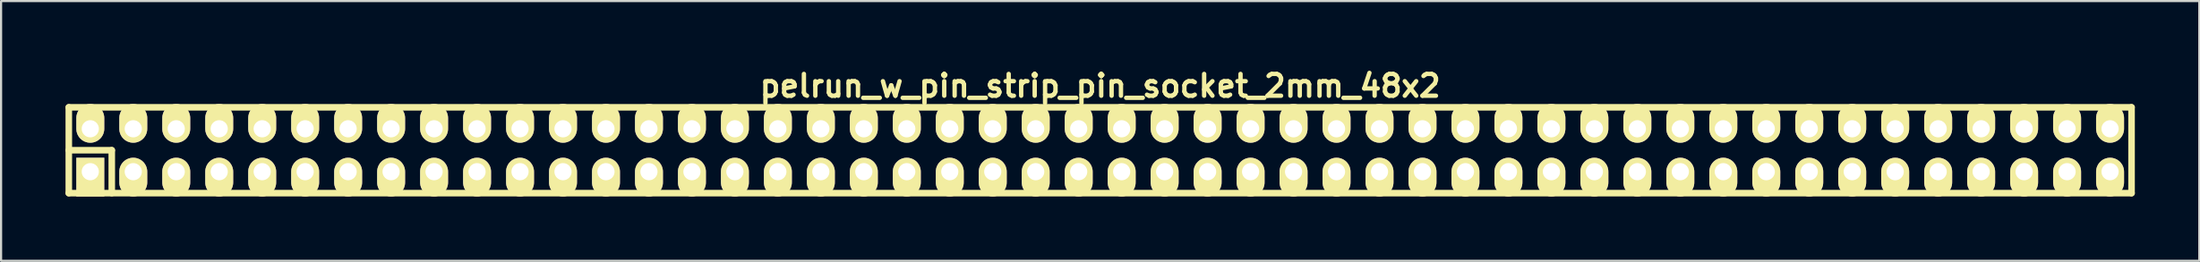
<source format=kicad_pcb>
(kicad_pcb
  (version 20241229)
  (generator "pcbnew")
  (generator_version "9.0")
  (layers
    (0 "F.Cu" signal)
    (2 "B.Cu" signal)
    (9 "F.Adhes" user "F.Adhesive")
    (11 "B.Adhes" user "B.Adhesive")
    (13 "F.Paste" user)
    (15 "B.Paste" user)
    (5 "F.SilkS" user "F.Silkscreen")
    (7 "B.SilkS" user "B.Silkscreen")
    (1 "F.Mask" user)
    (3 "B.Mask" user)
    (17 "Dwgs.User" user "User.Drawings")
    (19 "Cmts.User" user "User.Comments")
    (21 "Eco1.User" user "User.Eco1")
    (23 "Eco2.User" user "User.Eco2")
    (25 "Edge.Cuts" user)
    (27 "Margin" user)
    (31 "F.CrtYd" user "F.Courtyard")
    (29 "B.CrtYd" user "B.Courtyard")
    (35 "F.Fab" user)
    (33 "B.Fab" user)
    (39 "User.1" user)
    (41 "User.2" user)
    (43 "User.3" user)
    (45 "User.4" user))
  (footprint "pelrun_w_pin_strip_pin_socket_2mm_48x2"
    (layer "F.Cu")
    (at 48.152 3.951)
    (property "Reference" "pelrun_w_pin_strip_pin_socket_2mm_48x2" (at 0 -3 0) (layer "F.SilkS") (effects (font (size 1.016 1.016) (thickness 0.203))))
    (attr through_hole)
    (fp_line (start -48 -2) (end 48 -2) (stroke (width 0.305) (type solid)) (layer "F.SilkS"))
    (fp_line (start -48 0) (end -46 0) (stroke (width 0.305) (type solid)) (layer "F.SilkS"))
    (fp_line (start -48 2) (end -48 -2) (stroke (width 0.305) (type solid)) (layer "F.SilkS"))
    (fp_line (start -46 0) (end -46 2) (stroke (width 0.305) (type solid)) (layer "F.SilkS"))
    (fp_line (start 48 -2) (end 48 2) (stroke (width 0.305) (type solid)) (layer "F.SilkS"))
    (fp_line (start 48 2) (end -48 2) (stroke (width 0.305) (type solid)) (layer "F.SilkS"))
    (pad "1" thru_hole rect (at -47 1) (size 1.3 1.8) (drill 0.8 (offset 0 0.25)) (layers "*.Cu" "*.Mask" "F.SilkS"))
    (pad "2" thru_hole oval (at -47 -1) (size 1.3 1.8) (drill 0.8 (offset 0 -0.25)) (layers "*.Cu" "*.Mask" "F.SilkS"))
    (pad "3" thru_hole oval (at -45 1) (size 1.3 1.8) (drill 0.8 (offset 0 0.25)) (layers "*.Cu" "*.Mask" "F.SilkS"))
    (pad "4" thru_hole oval (at -45 -1) (size 1.3 1.8) (drill 0.8 (offset 0 -0.25)) (layers "*.Cu" "*.Mask" "F.SilkS"))
    (pad "5" thru_hole oval (at -43 1) (size 1.3 1.8) (drill 0.8 (offset 0 0.25)) (layers "*.Cu" "*.Mask" "F.SilkS"))
    (pad "6" thru_hole oval (at -43 -1) (size 1.3 1.8) (drill 0.8 (offset 0 -0.25)) (layers "*.Cu" "*.Mask" "F.SilkS"))
    (pad "7" thru_hole oval (at -41 1) (size 1.3 1.8) (drill 0.8 (offset 0 0.25)) (layers "*.Cu" "*.Mask" "F.SilkS"))
    (pad "8" thru_hole oval (at -41 -1) (size 1.3 1.8) (drill 0.8 (offset 0 -0.25)) (layers "*.Cu" "*.Mask" "F.SilkS"))
    (pad "9" thru_hole oval (at -39 1) (size 1.3 1.8) (drill 0.8 (offset 0 0.25)) (layers "*.Cu" "*.Mask" "F.SilkS"))
    (pad "10" thru_hole oval (at -39 -1) (size 1.3 1.8) (drill 0.8 (offset 0 -0.25)) (layers "*.Cu" "*.Mask" "F.SilkS"))
    (pad "11" thru_hole oval (at -37 1) (size 1.3 1.8) (drill 0.8 (offset 0 0.25)) (layers "*.Cu" "*.Mask" "F.SilkS"))
    (pad "12" thru_hole oval (at -37 -1) (size 1.3 1.8) (drill 0.8 (offset 0 -0.25)) (layers "*.Cu" "*.Mask" "F.SilkS"))
    (pad "13" thru_hole oval (at -35 1) (size 1.3 1.8) (drill 0.8 (offset 0 0.25)) (layers "*.Cu" "*.Mask" "F.SilkS"))
    (pad "14" thru_hole oval (at -35 -1) (size 1.3 1.8) (drill 0.8 (offset 0 -0.25)) (layers "*.Cu" "*.Mask" "F.SilkS"))
    (pad "15" thru_hole oval (at -33 1) (size 1.3 1.8) (drill 0.8 (offset 0 0.25)) (layers "*.Cu" "*.Mask" "F.SilkS"))
    (pad "16" thru_hole oval (at -33 -1) (size 1.3 1.8) (drill 0.8 (offset 0 -0.25)) (layers "*.Cu" "*.Mask" "F.SilkS"))
    (pad "17" thru_hole oval (at -31 1) (size 1.3 1.8) (drill 0.8 (offset 0 0.25)) (layers "*.Cu" "*.Mask" "F.SilkS"))
    (pad "18" thru_hole oval (at -31 -1) (size 1.3 1.8) (drill 0.8 (offset 0 -0.25)) (layers "*.Cu" "*.Mask" "F.SilkS"))
    (pad "19" thru_hole oval (at -29 1) (size 1.3 1.8) (drill 0.8 (offset 0 0.25)) (layers "*.Cu" "*.Mask" "F.SilkS"))
    (pad "20" thru_hole oval (at -29 -1) (size 1.3 1.8) (drill 0.8 (offset 0 -0.25)) (layers "*.Cu" "*.Mask" "F.SilkS"))
    (pad "21" thru_hole oval (at -27 1) (size 1.3 1.8) (drill 0.8 (offset 0 0.25)) (layers "*.Cu" "*.Mask" "F.SilkS"))
    (pad "22" thru_hole oval (at -27 -1) (size 1.3 1.8) (drill 0.8 (offset 0 -0.25)) (layers "*.Cu" "*.Mask" "F.SilkS"))
    (pad "23" thru_hole oval (at -25 1) (size 1.3 1.8) (drill 0.8 (offset 0 0.25)) (layers "*.Cu" "*.Mask" "F.SilkS"))
    (pad "24" thru_hole oval (at -25 -1) (size 1.3 1.8) (drill 0.8 (offset 0 -0.25)) (layers "*.Cu" "*.Mask" "F.SilkS"))
    (pad "25" thru_hole oval (at -23 1) (size 1.3 1.8) (drill 0.8 (offset 0 0.25)) (layers "*.Cu" "*.Mask" "F.SilkS"))
    (pad "26" thru_hole oval (at -23 -1) (size 1.3 1.8) (drill 0.8 (offset 0 -0.25)) (layers "*.Cu" "*.Mask" "F.SilkS"))
    (pad "27" thru_hole oval (at -21 1) (size 1.3 1.8) (drill 0.8 (offset 0 0.25)) (layers "*.Cu" "*.Mask" "F.SilkS"))
    (pad "28" thru_hole oval (at -21 -1) (size 1.3 1.8) (drill 0.8 (offset 0 -0.25)) (layers "*.Cu" "*.Mask" "F.SilkS"))
    (pad "29" thru_hole oval (at -19 1) (size 1.3 1.8) (drill 0.8 (offset 0 0.25)) (layers "*.Cu" "*.Mask" "F.SilkS"))
    (pad "30" thru_hole oval (at -19 -1) (size 1.3 1.8) (drill 0.8 (offset 0 -0.25)) (layers "*.Cu" "*.Mask" "F.SilkS"))
    (pad "31" thru_hole oval (at -17 1) (size 1.3 1.8) (drill 0.8 (offset 0 0.25)) (layers "*.Cu" "*.Mask" "F.SilkS"))
    (pad "32" thru_hole oval (at -17 -1) (size 1.3 1.8) (drill 0.8 (offset 0 -0.25)) (layers "*.Cu" "*.Mask" "F.SilkS"))
    (pad "33" thru_hole oval (at -15 1) (size 1.3 1.8) (drill 0.8 (offset 0 0.25)) (layers "*.Cu" "*.Mask" "F.SilkS"))
    (pad "34" thru_hole oval (at -15 -1) (size 1.3 1.8) (drill 0.8 (offset 0 -0.25)) (layers "*.Cu" "*.Mask" "F.SilkS"))
    (pad "35" thru_hole oval (at -13 1) (size 1.3 1.8) (drill 0.8 (offset 0 0.25)) (layers "*.Cu" "*.Mask" "F.SilkS"))
    (pad "36" thru_hole oval (at -13 -1) (size 1.3 1.8) (drill 0.8 (offset 0 -0.25)) (layers "*.Cu" "*.Mask" "F.SilkS"))
    (pad "37" thru_hole oval (at -11 1) (size 1.3 1.8) (drill 0.8 (offset 0 0.25)) (layers "*.Cu" "*.Mask" "F.SilkS"))
    (pad "38" thru_hole oval (at -11 -1) (size 1.3 1.8) (drill 0.8 (offset 0 -0.25)) (layers "*.Cu" "*.Mask" "F.SilkS"))
    (pad "39" thru_hole oval (at -9 1) (size 1.3 1.8) (drill 0.8 (offset 0 0.25)) (layers "*.Cu" "*.Mask" "F.SilkS"))
    (pad "40" thru_hole oval (at -9 -1) (size 1.3 1.8) (drill 0.8 (offset 0 -0.25)) (layers "*.Cu" "*.Mask" "F.SilkS"))
    (pad "41" thru_hole oval (at -7 1) (size 1.3 1.8) (drill 0.8 (offset 0 0.25)) (layers "*.Cu" "*.Mask" "F.SilkS"))
    (pad "42" thru_hole oval (at -7 -1) (size 1.3 1.8) (drill 0.8 (offset 0 -0.25)) (layers "*.Cu" "*.Mask" "F.SilkS"))
    (pad "43" thru_hole oval (at -5 1) (size 1.3 1.8) (drill 0.8 (offset 0 0.25)) (layers "*.Cu" "*.Mask" "F.SilkS"))
    (pad "44" thru_hole oval (at -5 -1) (size 1.3 1.8) (drill 0.8 (offset 0 -0.25)) (layers "*.Cu" "*.Mask" "F.SilkS"))
    (pad "45" thru_hole oval (at -3 1) (size 1.3 1.8) (drill 0.8 (offset 0 0.25)) (layers "*.Cu" "*.Mask" "F.SilkS"))
    (pad "46" thru_hole oval (at -3 -1) (size 1.3 1.8) (drill 0.8 (offset 0 -0.25)) (layers "*.Cu" "*.Mask" "F.SilkS"))
    (pad "47" thru_hole oval (at -1 1) (size 1.3 1.8) (drill 0.8 (offset 0 0.25)) (layers "*.Cu" "*.Mask" "F.SilkS"))
    (pad "48" thru_hole oval (at -1 -1) (size 1.3 1.8) (drill 0.8 (offset 0 -0.25)) (layers "*.Cu" "*.Mask" "F.SilkS"))
    (pad "49" thru_hole oval (at 1 1) (size 1.3 1.8) (drill 0.8 (offset 0 0.25)) (layers "*.Cu" "*.Mask" "F.SilkS"))
    (pad "50" thru_hole oval (at 1 -1) (size 1.3 1.8) (drill 0.8 (offset 0 -0.25)) (layers "*.Cu" "*.Mask" "F.SilkS"))
    (pad "51" thru_hole oval (at 3 1) (size 1.3 1.8) (drill 0.8 (offset 0 0.25)) (layers "*.Cu" "*.Mask" "F.SilkS"))
    (pad "52" thru_hole oval (at 3 -1) (size 1.3 1.8) (drill 0.8 (offset 0 -0.25)) (layers "*.Cu" "*.Mask" "F.SilkS"))
    (pad "53" thru_hole oval (at 5 1) (size 1.3 1.8) (drill 0.8 (offset 0 0.25)) (layers "*.Cu" "*.Mask" "F.SilkS"))
    (pad "54" thru_hole oval (at 5 -1) (size 1.3 1.8) (drill 0.8 (offset 0 -0.25)) (layers "*.Cu" "*.Mask" "F.SilkS"))
    (pad "55" thru_hole oval (at 7 1) (size 1.3 1.8) (drill 0.8 (offset 0 0.25)) (layers "*.Cu" "*.Mask" "F.SilkS"))
    (pad "56" thru_hole oval (at 7 -1) (size 1.3 1.8) (drill 0.8 (offset 0 -0.25)) (layers "*.Cu" "*.Mask" "F.SilkS"))
    (pad "57" thru_hole oval (at 9 1) (size 1.3 1.8) (drill 0.8 (offset 0 0.25)) (layers "*.Cu" "*.Mask" "F.SilkS"))
    (pad "58" thru_hole oval (at 9 -1) (size 1.3 1.8) (drill 0.8 (offset 0 -0.25)) (layers "*.Cu" "*.Mask" "F.SilkS"))
    (pad "59" thru_hole oval (at 11 1) (size 1.3 1.8) (drill 0.8 (offset 0 0.25)) (layers "*.Cu" "*.Mask" "F.SilkS"))
    (pad "60" thru_hole oval (at 11 -1) (size 1.3 1.8) (drill 0.8 (offset 0 -0.25)) (layers "*.Cu" "*.Mask" "F.SilkS"))
    (pad "61" thru_hole oval (at 13 1) (size 1.3 1.8) (drill 0.8 (offset 0 0.25)) (layers "*.Cu" "*.Mask" "F.SilkS"))
    (pad "62" thru_hole oval (at 13 -1) (size 1.3 1.8) (drill 0.8 (offset 0 -0.25)) (layers "*.Cu" "*.Mask" "F.SilkS"))
    (pad "63" thru_hole oval (at 15 1) (size 1.3 1.8) (drill 0.8 (offset 0 0.25)) (layers "*.Cu" "*.Mask" "F.SilkS"))
    (pad "64" thru_hole oval (at 15 -1) (size 1.3 1.8) (drill 0.8 (offset 0 -0.25)) (layers "*.Cu" "*.Mask" "F.SilkS"))
    (pad "65" thru_hole oval (at 17 1) (size 1.3 1.8) (drill 0.8 (offset 0 0.25)) (layers "*.Cu" "*.Mask" "F.SilkS"))
    (pad "66" thru_hole oval (at 17 -1) (size 1.3 1.8) (drill 0.8 (offset 0 -0.25)) (layers "*.Cu" "*.Mask" "F.SilkS"))
    (pad "67" thru_hole oval (at 19 1) (size 1.3 1.8) (drill 0.8 (offset 0 0.25)) (layers "*.Cu" "*.Mask" "F.SilkS"))
    (pad "68" thru_hole oval (at 19 -1) (size 1.3 1.8) (drill 0.8 (offset 0 -0.25)) (layers "*.Cu" "*.Mask" "F.SilkS"))
    (pad "69" thru_hole oval (at 21 1) (size 1.3 1.8) (drill 0.8 (offset 0 0.25)) (layers "*.Cu" "*.Mask" "F.SilkS"))
    (pad "70" thru_hole oval (at 21 -1) (size 1.3 1.8) (drill 0.8 (offset 0 -0.25)) (layers "*.Cu" "*.Mask" "F.SilkS"))
    (pad "71" thru_hole oval (at 23 1) (size 1.3 1.8) (drill 0.8 (offset 0 0.25)) (layers "*.Cu" "*.Mask" "F.SilkS"))
    (pad "72" thru_hole oval (at 23 -1) (size 1.3 1.8) (drill 0.8 (offset 0 -0.25)) (layers "*.Cu" "*.Mask" "F.SilkS"))
    (pad "73" thru_hole oval (at 25 1) (size 1.3 1.8) (drill 0.8 (offset 0 0.25)) (layers "*.Cu" "*.Mask" "F.SilkS"))
    (pad "74" thru_hole oval (at 25 -1) (size 1.3 1.8) (drill 0.8 (offset 0 -0.25)) (layers "*.Cu" "*.Mask" "F.SilkS"))
    (pad "75" thru_hole oval (at 27 1) (size 1.3 1.8) (drill 0.8 (offset 0 0.25)) (layers "*.Cu" "*.Mask" "F.SilkS"))
    (pad "76" thru_hole oval (at 27 -1) (size 1.3 1.8) (drill 0.8 (offset 0 -0.25)) (layers "*.Cu" "*.Mask" "F.SilkS"))
    (pad "77" thru_hole oval (at 29 1) (size 1.3 1.8) (drill 0.8 (offset 0 0.25)) (layers "*.Cu" "*.Mask" "F.SilkS"))
    (pad "78" thru_hole oval (at 29 -1) (size 1.3 1.8) (drill 0.8 (offset 0 -0.25)) (layers "*.Cu" "*.Mask" "F.SilkS"))
    (pad "79" thru_hole oval (at 31 1) (size 1.3 1.8) (drill 0.8 (offset 0 0.25)) (layers "*.Cu" "*.Mask" "F.SilkS"))
    (pad "80" thru_hole oval (at 31 -1) (size 1.3 1.8) (drill 0.8 (offset 0 -0.25)) (layers "*.Cu" "*.Mask" "F.SilkS"))
    (pad "81" thru_hole oval (at 33 1) (size 1.3 1.8) (drill 0.8 (offset 0 0.25)) (layers "*.Cu" "*.Mask" "F.SilkS"))
    (pad "82" thru_hole oval (at 33 -1) (size 1.3 1.8) (drill 0.8 (offset 0 -0.25)) (layers "*.Cu" "*.Mask" "F.SilkS"))
    (pad "83" thru_hole oval (at 35 1) (size 1.3 1.8) (drill 0.8 (offset 0 0.25)) (layers "*.Cu" "*.Mask" "F.SilkS"))
    (pad "84" thru_hole oval (at 35 -1) (size 1.3 1.8) (drill 0.8 (offset 0 -0.25)) (layers "*.Cu" "*.Mask" "F.SilkS"))
    (pad "85" thru_hole oval (at 37 1) (size 1.3 1.8) (drill 0.8 (offset 0 0.25)) (layers "*.Cu" "*.Mask" "F.SilkS"))
    (pad "86" thru_hole oval (at 37 -1) (size 1.3 1.8) (drill 0.8 (offset 0 -0.25)) (layers "*.Cu" "*.Mask" "F.SilkS"))
    (pad "87" thru_hole oval (at 39 1) (size 1.3 1.8) (drill 0.8 (offset 0 0.25)) (layers "*.Cu" "*.Mask" "F.SilkS"))
    (pad "88" thru_hole oval (at 39 -1) (size 1.3 1.8) (drill 0.8 (offset 0 -0.25)) (layers "*.Cu" "*.Mask" "F.SilkS"))
    (pad "89" thru_hole oval (at 41 1) (size 1.3 1.8) (drill 0.8 (offset 0 0.25)) (layers "*.Cu" "*.Mask" "F.SilkS"))
    (pad "90" thru_hole oval (at 41 -1) (size 1.3 1.8) (drill 0.8 (offset 0 -0.25)) (layers "*.Cu" "*.Mask" "F.SilkS"))
    (pad "91" thru_hole oval (at 43 1) (size 1.3 1.8) (drill 0.8 (offset 0 0.25)) (layers "*.Cu" "*.Mask" "F.SilkS"))
    (pad "92" thru_hole oval (at 43 -1) (size 1.3 1.8) (drill 0.8 (offset 0 -0.25)) (layers "*.Cu" "*.Mask" "F.SilkS"))
    (pad "93" thru_hole oval (at 45 1) (size 1.3 1.8) (drill 0.8 (offset 0 0.25)) (layers "*.Cu" "*.Mask" "F.SilkS"))
    (pad "94" thru_hole oval (at 45 -1) (size 1.3 1.8) (drill 0.8 (offset 0 -0.25)) (layers "*.Cu" "*.Mask" "F.SilkS"))
    (pad "95" thru_hole oval (at 47 1) (size 1.3 1.8) (drill 0.8 (offset 0 0.25)) (layers "*.Cu" "*.Mask" "F.SilkS"))
    (pad "96" thru_hole oval (at 47 -1) (size 1.3 1.8) (drill 0.8 (offset 0 -0.25)) (layers "*.Cu" "*.Mask" "F.SilkS")))
  (gr_rect
    (start -3 -3)
    (end 99.305 9.103)
    (stroke (width 0.1) (type default))
    (fill no)
    (layer "Edge.Cuts")))
</source>
